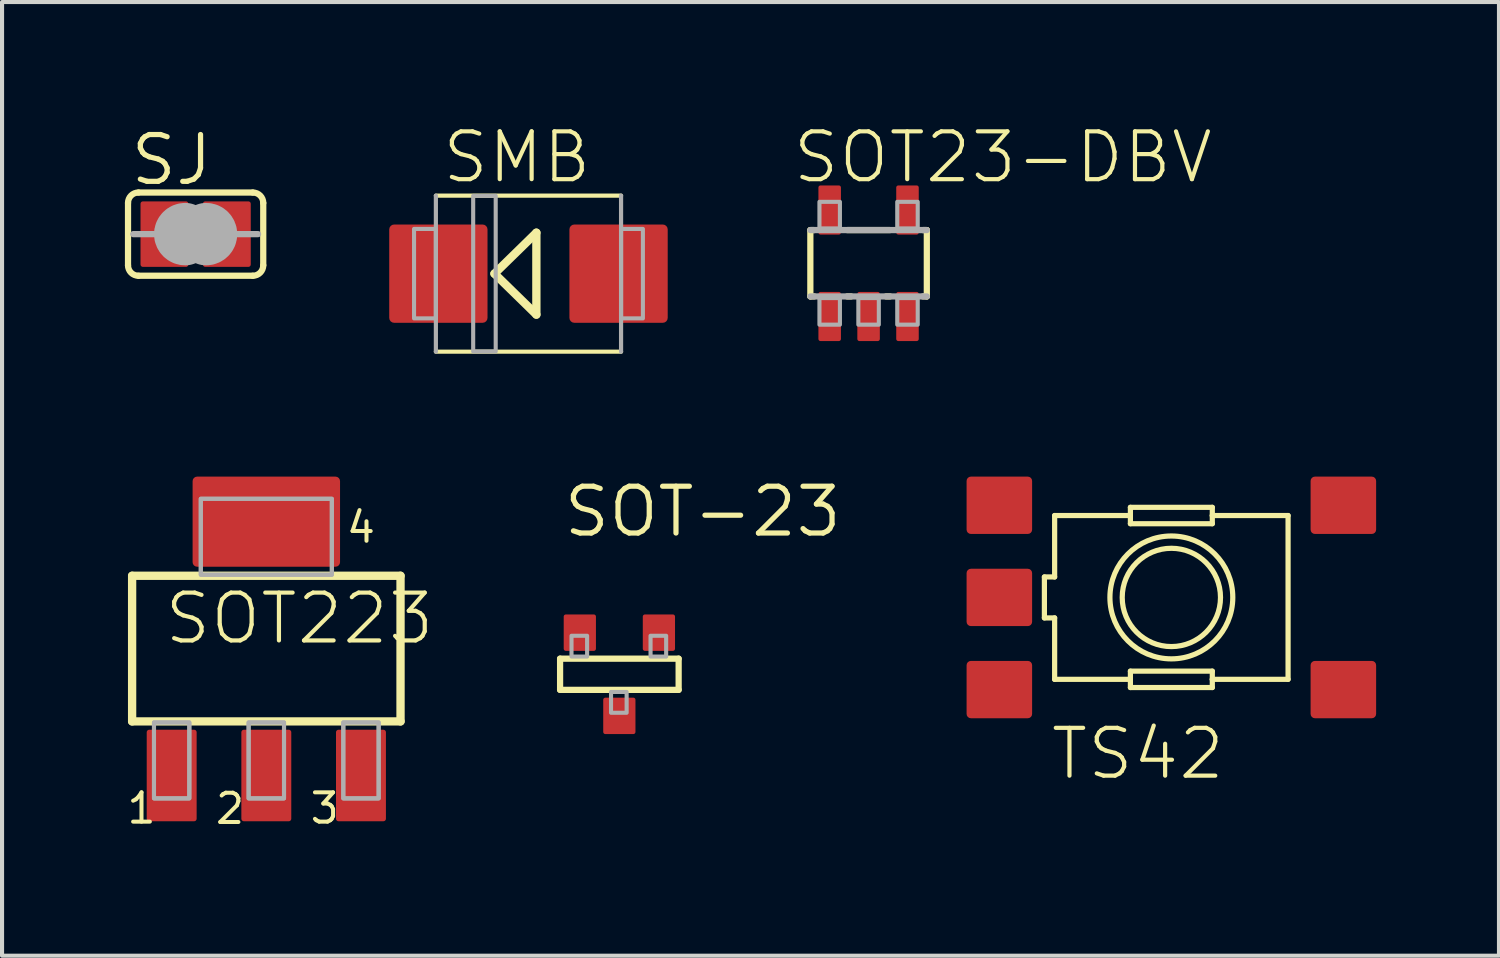
<source format=kicad_pcb>
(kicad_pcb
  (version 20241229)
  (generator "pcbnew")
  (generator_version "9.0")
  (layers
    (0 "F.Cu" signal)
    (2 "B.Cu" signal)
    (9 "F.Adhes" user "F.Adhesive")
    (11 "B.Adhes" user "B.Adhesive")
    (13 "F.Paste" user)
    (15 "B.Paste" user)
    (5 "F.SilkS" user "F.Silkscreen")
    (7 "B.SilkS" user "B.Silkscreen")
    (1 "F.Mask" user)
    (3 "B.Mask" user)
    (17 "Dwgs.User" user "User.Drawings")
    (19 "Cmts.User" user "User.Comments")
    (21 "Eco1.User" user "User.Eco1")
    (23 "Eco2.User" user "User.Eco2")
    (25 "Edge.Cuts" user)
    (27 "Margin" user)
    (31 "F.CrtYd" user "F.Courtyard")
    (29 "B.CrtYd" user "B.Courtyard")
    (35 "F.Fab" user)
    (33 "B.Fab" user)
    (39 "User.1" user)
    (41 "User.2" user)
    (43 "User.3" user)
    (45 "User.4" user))
  (footprint "SJ"
    (layer "F.Cu")
    (at 1.727 2.667)
    (property "Reference" "SJ" (at -1.651 -1.143 0) (layer "F.SilkS") (effects (font (size 1.143 1.143) (thickness 0.127)) (justify left bottom)))
    (fp_poly (pts (xy -0.076 0.914) (xy 0.076 0.914) (xy 0.076 -0.914) (xy -0.076 -0.914)) (stroke (width 0) (type solid)) (fill yes) (layer "F.Mask"))
    (fp_line (start -1.651 0.762) (end -1.651 -0.762) (stroke (width 0.152) (type solid)) (layer "F.SilkS"))
    (fp_line (start -1.397 -1.016) (end 1.397 -1.016) (stroke (width 0.152) (type solid)) (layer "F.SilkS"))
    (fp_line (start 1.397 1.016) (end -1.397 1.016) (stroke (width 0.152) (type solid)) (layer "F.SilkS"))
    (fp_line (start 1.651 0.762) (end 1.651 -0.762) (stroke (width 0.152) (type solid)) (layer "F.SilkS"))
    (fp_arc (start -1.651 -0.762) (mid -1.576605 -0.941605) (end -1.397 -1.016) (stroke (width 0.1524) (type solid)) (layer "F.SilkS"))
    (fp_arc (start -1.397 1.016) (mid -1.576605 0.941605) (end -1.651 0.762) (stroke (width 0.1524) (type solid)) (layer "F.SilkS"))
    (fp_arc (start 1.397 -1.016) (mid 1.576605 -0.941605) (end 1.651 -0.762) (stroke (width 0.1524) (type solid)) (layer "F.SilkS"))
    (fp_arc (start 1.651 0.762) (mid 1.576605 0.941605) (end 1.397 1.016) (stroke (width 0.1524) (type solid)) (layer "F.SilkS"))
    (fp_line (start -1.016 0) (end -1.524 0) (stroke (width 0.152) (type solid)) (layer "F.Fab"))
    (fp_line (start 1.016 0) (end 1.524 0) (stroke (width 0.152) (type solid)) (layer "F.Fab"))
    (fp_arc (start -0.254 0.127) (mid -0.381 0) (end -0.254 -0.127) (stroke (width 1.27) (type solid)) (layer "F.Fab"))
    (fp_arc (start 0.254 -0.127) (mid 0.381 0) (end 0.254 0.127) (stroke (width 1.27) (type solid)) (layer "F.Fab"))
    (pad "1" smd roundrect (at -0.762 0) (size 1.168 1.6) (layers "F.Cu" "F.Mask" "F.Paste") (roundrect_rratio 0.05))
    (pad "2" smd roundrect (at 0.762 0) (size 1.168 1.6) (layers "F.Cu" "F.Mask" "F.Paste") (roundrect_rratio 0.05)))
  (footprint "SOT23-DBV"
    (layer "F.Cu")
    (at 18.159 3.378)
    (property "Reference" "SOT23-DBV" (at -1.905 -1.905 0) (layer "F.SilkS") (effects (font (size 1.168 1.168) (thickness 0.102)) (justify left bottom)))
    (fp_line (start -1.422 -0.81) (end -1.328 -0.81) (stroke (width 0.152) (type solid)) (layer "F.SilkS"))
    (fp_line (start -1.422 0.81) (end -1.422 -0.81) (stroke (width 0.152) (type solid)) (layer "F.SilkS"))
    (fp_line (start -1.328 0.81) (end -1.422 0.81) (stroke (width 0.152) (type solid)) (layer "F.SilkS"))
    (fp_line (start -0.522 -0.81) (end 0.522 -0.81) (stroke (width 0.152) (type solid)) (layer "F.SilkS"))
    (fp_line (start -0.428 0.81) (end -0.522 0.81) (stroke (width 0.152) (type solid)) (layer "F.SilkS"))
    (fp_line (start 0.522 0.81) (end 0.428 0.81) (stroke (width 0.152) (type solid)) (layer "F.SilkS"))
    (fp_line (start 1.328 -0.81) (end 1.422 -0.81) (stroke (width 0.152) (type solid)) (layer "F.SilkS"))
    (fp_line (start 1.422 -0.81) (end 1.422 0.81) (stroke (width 0.152) (type solid)) (layer "F.SilkS"))
    (fp_line (start 1.422 0.81) (end 1.328 0.81) (stroke (width 0.152) (type solid)) (layer "F.SilkS"))
    (fp_line (start -1.422 -0.81) (end 1.422 -0.81) (stroke (width 0.152) (type solid)) (layer "F.Fab"))
    (fp_line (start 1.422 0.81) (end -1.422 0.81) (stroke (width 0.152) (type solid)) (layer "F.Fab"))
    (fp_poly (pts (xy -1.2 -0.85) (xy -0.7 -0.85) (xy -0.7 -1.5) (xy -1.2 -1.5)) (stroke (width 0.1) (type solid)) (fill no) (layer "F.Fab"))
    (fp_poly (pts (xy -1.2 1.5) (xy -0.7 1.5) (xy -0.7 0.85) (xy -1.2 0.85)) (stroke (width 0.1) (type solid)) (fill no) (layer "F.Fab"))
    (fp_poly (pts (xy -0.25 1.5) (xy 0.25 1.5) (xy 0.25 0.85) (xy -0.25 0.85)) (stroke (width 0.1) (type solid)) (fill no) (layer "F.Fab"))
    (fp_poly (pts (xy 0.7 -0.85) (xy 1.2 -0.85) (xy 1.2 -1.5) (xy 0.7 -1.5)) (stroke (width 0.1) (type solid)) (fill no) (layer "F.Fab"))
    (fp_poly (pts (xy 0.7 1.5) (xy 1.2 1.5) (xy 1.2 0.85) (xy 0.7 0.85)) (stroke (width 0.1) (type solid)) (fill no) (layer "F.Fab"))
    (pad "1" smd roundrect (at -0.95 1.3) (size 0.55 1.2) (layers "F.Cu" "F.Mask" "F.Paste") (roundrect_rratio 0.092))
    (pad "2" smd roundrect (at 0 1.3) (size 0.55 1.2) (layers "F.Cu" "F.Mask" "F.Paste") (roundrect_rratio 0.092))
    (pad "3" smd roundrect (at 0.95 1.3) (size 0.55 1.2) (layers "F.Cu" "F.Mask" "F.Paste") (roundrect_rratio 0.092))
    (pad "4" smd roundrect (at 0.95 -1.3) (size 0.55 1.2) (layers "F.Cu" "F.Mask" "F.Paste") (roundrect_rratio 0.092))
    (pad "5" smd roundrect (at -0.95 -1.3) (size 0.55 1.2) (layers "F.Cu" "F.Mask" "F.Paste") (roundrect_rratio 0.092)))
  (footprint "SMB"
    (layer "F.Cu")
    (at 9.854 3.632)
    (property "Reference" "SMB" (at -2.159 -2.159 0) (layer "F.SilkS") (effects (font (size 1.168 1.168) (thickness 0.102)) (justify left bottom)))
    (fp_line (start -2.261 -1.905) (end 2.261 -1.905) (stroke (width 0.102) (type solid)) (layer "F.SilkS"))
    (fp_line (start -2.261 1.905) (end 2.261 1.905) (stroke (width 0.102) (type solid)) (layer "F.SilkS"))
    (fp_line (start -0.83 0) (end 0.193 1) (stroke (width 0.203) (type solid)) (layer "F.SilkS"))
    (fp_line (start 0.193 -1) (end -0.83 0) (stroke (width 0.203) (type solid)) (layer "F.SilkS"))
    (fp_line (start 0.193 1) (end 0.193 -1) (stroke (width 0.203) (type solid)) (layer "F.SilkS"))
    (fp_line (start -2.261 1.905) (end -2.261 -1.905) (stroke (width 0.102) (type solid)) (layer "F.Fab"))
    (fp_line (start 2.261 1.905) (end 2.261 -1.905) (stroke (width 0.102) (type solid)) (layer "F.Fab"))
    (fp_poly (pts (xy -2.794 1.092) (xy -2.261 1.092) (xy -2.261 -1.092) (xy -2.794 -1.092)) (stroke (width 0.1) (type solid)) (fill no) (layer "F.Fab"))
    (fp_poly (pts (xy -1.35 1.9) (xy -0.8 1.9) (xy -0.8 -1.9) (xy -1.35 -1.9)) (stroke (width 0.1) (type solid)) (fill no) (layer "F.Fab"))
    (fp_poly (pts (xy 2.261 1.092) (xy 2.794 1.092) (xy 2.794 -1.092) (xy 2.261 -1.092)) (stroke (width 0.1) (type solid)) (fill no) (layer "F.Fab"))
    (pad "A" smd roundrect (at 2.2 0) (size 2.4 2.4) (layers "F.Cu" "F.Mask" "F.Paste") (roundrect_rratio 0.05))
    (pad "C" smd roundrect (at -2.2 0) (size 2.4 2.4) (layers "F.Cu" "F.Mask" "F.Paste") (roundrect_rratio 0.05)))
  (footprint "SOT-23"
    (layer "F.Cu")
    (at 12.048 13.414)
    (property "Reference" "SOT-23" (at -1.397 -3.302 0) (layer "F.SilkS") (effects (font (size 1.143 1.143) (thickness 0.127)) (justify left bottom)))
    (fp_line (start -1.422 -0.381) (end 1.473 -0.381) (stroke (width 0.152) (type solid)) (layer "F.SilkS"))
    (fp_line (start -1.422 0.381) (end -1.422 -0.381) (stroke (width 0.152) (type solid)) (layer "F.SilkS"))
    (fp_line (start 1.473 -0.381) (end 1.473 0.381) (stroke (width 0.152) (type solid)) (layer "F.SilkS"))
    (fp_line (start 1.473 0.381) (end -1.422 0.381) (stroke (width 0.152) (type solid)) (layer "F.SilkS"))
    (fp_poly (pts (xy -1.143 -0.432) (xy -0.762 -0.432) (xy -0.762 -0.94) (xy -1.143 -0.94)) (stroke (width 0.1) (type solid)) (fill no) (layer "F.Fab"))
    (fp_poly (pts (xy -0.178 0.94) (xy 0.203 0.94) (xy 0.203 0.432) (xy -0.178 0.432)) (stroke (width 0.1) (type solid)) (fill no) (layer "F.Fab"))
    (fp_poly (pts (xy 0.787 -0.432) (xy 1.168 -0.432) (xy 1.168 -0.94) (xy 0.787 -0.94)) (stroke (width 0.1) (type solid)) (fill no) (layer "F.Fab"))
    (pad "1" smd roundrect (at 0.025 1.016) (size 0.787 0.889) (layers "F.Cu" "F.Mask" "F.Paste") (roundrect_rratio 0.065))
    (pad "2" smd roundrect (at -0.94 -1.016) (size 0.787 0.889) (layers "F.Cu" "F.Mask" "F.Paste") (roundrect_rratio 0.065))
    (pad "3" smd roundrect (at 0.991 -1.016) (size 0.787 0.889) (layers "F.Cu" "F.Mask" "F.Paste") (roundrect_rratio 0.065)))
  (footprint "SOT223"
    (layer "F.Cu")
    (at 3.453 12.787)
    (property "Reference" "SOT223" (at -2.54 -0.051 0) (layer "F.SilkS") (effects (font (size 1.168 1.168) (thickness 0.102)) (justify left bottom)))
    (fp_line (start -3.277 -1.778) (end 3.277 -1.778) (stroke (width 0.203) (type solid)) (layer "F.SilkS"))
    (fp_line (start -3.277 1.778) (end -3.277 -1.778) (stroke (width 0.203) (type solid)) (layer "F.SilkS"))
    (fp_line (start 3.277 -1.778) (end 3.277 1.778) (stroke (width 0.203) (type solid)) (layer "F.SilkS"))
    (fp_line (start 3.277 1.778) (end -3.277 1.778) (stroke (width 0.203) (type solid)) (layer "F.SilkS"))
    (fp_poly (pts (xy -2.743 3.658) (xy -1.88 3.658) (xy -1.88 1.803) (xy -2.743 1.803)) (stroke (width 0.1) (type solid)) (fill no) (layer "F.Fab"))
    (fp_poly (pts (xy -2.743 3.658) (xy -1.88 3.658) (xy -1.88 1.803) (xy -2.743 1.803)) (stroke (width 0.1) (type solid)) (fill no) (layer "F.Fab"))
    (fp_poly (pts (xy -1.6 -1.803) (xy 1.6 -1.803) (xy 1.6 -3.658) (xy -1.6 -3.658)) (stroke (width 0.1) (type solid)) (fill no) (layer "F.Fab"))
    (fp_poly (pts (xy -1.6 -1.803) (xy 1.6 -1.803) (xy 1.6 -3.658) (xy -1.6 -3.658)) (stroke (width 0.1) (type solid)) (fill no) (layer "F.Fab"))
    (fp_poly (pts (xy -0.432 3.658) (xy 0.432 3.658) (xy 0.432 1.803) (xy -0.432 1.803)) (stroke (width 0.1) (type solid)) (fill no) (layer "F.Fab"))
    (fp_poly (pts (xy -0.432 3.658) (xy 0.432 3.658) (xy 0.432 1.803) (xy -0.432 1.803)) (stroke (width 0.1) (type solid)) (fill no) (layer "F.Fab"))
    (fp_poly (pts (xy 1.88 3.658) (xy 2.743 3.658) (xy 2.743 1.803) (xy 1.88 1.803)) (stroke (width 0.1) (type solid)) (fill no) (layer "F.Fab"))
    (fp_poly (pts (xy 1.88 3.658) (xy 2.743 3.658) (xy 2.743 1.803) (xy 1.88 1.803)) (stroke (width 0.1) (type solid)) (fill no) (layer "F.Fab"))
    (fp_text user "3" (at 1.021 4.318 0) (layer "F.SilkS") (effects (font (size 0.715 0.715) (thickness 0.098)) (justify left bottom)))
    (fp_text user "4" (at 1.905 -2.54 0) (layer "F.SilkS") (effects (font (size 0.715 0.715) (thickness 0.098)) (justify left bottom)))
    (fp_text user "2" (at -1.291 4.327 0) (layer "F.SilkS") (effects (font (size 0.715 0.715) (thickness 0.098)) (justify left bottom)))
    (fp_text user "1" (at -3.453 4.318 0) (layer "F.SilkS") (effects (font (size 0.715 0.715) (thickness 0.098)) (justify left bottom)))
    (pad "1" smd roundrect (at -2.311 3.099) (size 1.219 2.235) (layers "F.Cu" "F.Mask" "F.Paste") (roundrect_rratio 0.05))
    (pad "2" smd roundrect (at 0 3.099) (size 1.219 2.235) (layers "F.Cu" "F.Mask" "F.Paste") (roundrect_rratio 0.05))
    (pad "3" smd roundrect (at 2.311 3.099) (size 1.219 2.235) (layers "F.Cu" "F.Mask" "F.Paste") (roundrect_rratio 0.05))
    (pad "4" smd roundrect (at 0 -3.099) (size 3.6 2.2) (layers "F.Cu" "F.Mask" "F.Paste") (roundrect_rratio 0.05)))
  (footprint "TS42"
    (layer "F.Cu")
    (at 25.552 11.538)
    (property "Reference" "TS42" (at -3 4.5 0) (layer "F.SilkS") (effects (font (size 1.168 1.168) (thickness 0.102)) (justify left bottom)))
    (fp_line (start -3.1 -0.5) (end -3.1 0.5) (stroke (width 0.127) (type solid)) (layer "F.SilkS"))
    (fp_line (start -3.1 0.5) (end -2.85 0.5) (stroke (width 0.127) (type solid)) (layer "F.SilkS"))
    (fp_line (start -2.85 -2) (end -2.85 -0.5) (stroke (width 0.127) (type solid)) (layer "F.SilkS"))
    (fp_line (start -2.85 -2) (end -1 -2) (stroke (width 0.127) (type solid)) (layer "F.SilkS"))
    (fp_line (start -2.85 -0.5) (end -3.1 -0.5) (stroke (width 0.127) (type solid)) (layer "F.SilkS"))
    (fp_line (start -2.85 0.5) (end -2.85 2) (stroke (width 0.127) (type solid)) (layer "F.SilkS"))
    (fp_line (start -1 -2.2) (end -1 -2) (stroke (width 0.127) (type solid)) (layer "F.SilkS"))
    (fp_line (start -1 -2) (end -1 -1.8) (stroke (width 0.127) (type solid)) (layer "F.SilkS"))
    (fp_line (start -1 -1.8) (end 1 -1.8) (stroke (width 0.127) (type solid)) (layer "F.SilkS"))
    (fp_line (start -1 1.8) (end -1 2) (stroke (width 0.127) (type solid)) (layer "F.SilkS"))
    (fp_line (start -1 2) (end -2.85 2) (stroke (width 0.127) (type solid)) (layer "F.SilkS"))
    (fp_line (start -1 2) (end -1 2.2) (stroke (width 0.127) (type solid)) (layer "F.SilkS"))
    (fp_line (start -1 2.2) (end 1 2.2) (stroke (width 0.127) (type solid)) (layer "F.SilkS"))
    (fp_line (start 1 -2.2) (end -1 -2.2) (stroke (width 0.127) (type solid)) (layer "F.SilkS"))
    (fp_line (start 1 -2) (end 1 -2.2) (stroke (width 0.127) (type solid)) (layer "F.SilkS"))
    (fp_line (start 1 -2) (end 2.85 -2) (stroke (width 0.127) (type solid)) (layer "F.SilkS"))
    (fp_line (start 1 -1.8) (end 1 -2) (stroke (width 0.127) (type solid)) (layer "F.SilkS"))
    (fp_line (start 1 1.8) (end -1 1.8) (stroke (width 0.127) (type solid)) (layer "F.SilkS"))
    (fp_line (start 1 2) (end 1 1.8) (stroke (width 0.127) (type solid)) (layer "F.SilkS"))
    (fp_line (start 1 2) (end 2.85 2) (stroke (width 0.127) (type solid)) (layer "F.SilkS"))
    (fp_line (start 1 2.2) (end 1 2) (stroke (width 0.127) (type solid)) (layer "F.SilkS"))
    (fp_line (start 2.85 2) (end 2.85 -2) (stroke (width 0.127) (type solid)) (layer "F.SilkS"))
    (fp_circle (center 0 0) (end 1.2 0) (stroke (width 0.127) (type solid)) (fill no) (layer "F.SilkS"))
    (fp_circle (center 0 0) (end 1.5 0) (stroke (width 0.127) (type solid)) (fill no) (layer "F.SilkS"))
    (fp_poly (pts (xy -4.699 0.381) (xy -3.81 0.381) (xy -3.81 -0.381) (xy -4.699 -0.381)) (stroke (width 0) (type solid)) (fill yes) (layer "F.Paste"))
    (pad "1" smd roundrect (at -4.2 -2.25) (size 1.6 1.4) (layers "F.Cu" "F.Mask" "F.Paste") (roundrect_rratio 0.075))
    (pad "2" smd roundrect (at 4.2 -2.25) (size 1.6 1.4) (layers "F.Cu" "F.Mask" "F.Paste") (roundrect_rratio 0.075))
    (pad "3" smd roundrect (at -4.2 2.25) (size 1.6 1.4) (layers "F.Cu" "F.Mask" "F.Paste") (roundrect_rratio 0.075))
    (pad "4" smd roundrect (at 4.2 2.25) (size 1.6 1.4) (layers "F.Cu" "F.Mask" "F.Paste") (roundrect_rratio 0.075))
    (pad "5" smd roundrect (at -4.2 0) (size 1.6 1.4) (layers "F.Cu" "F.Mask") (roundrect_rratio 0.075)))
  (gr_rect
    (start -3 -3)
    (end 33.552 20.286)
    (stroke (width 0.1) (type default))
    (fill no)
    (layer "Edge.Cuts")))
</source>
